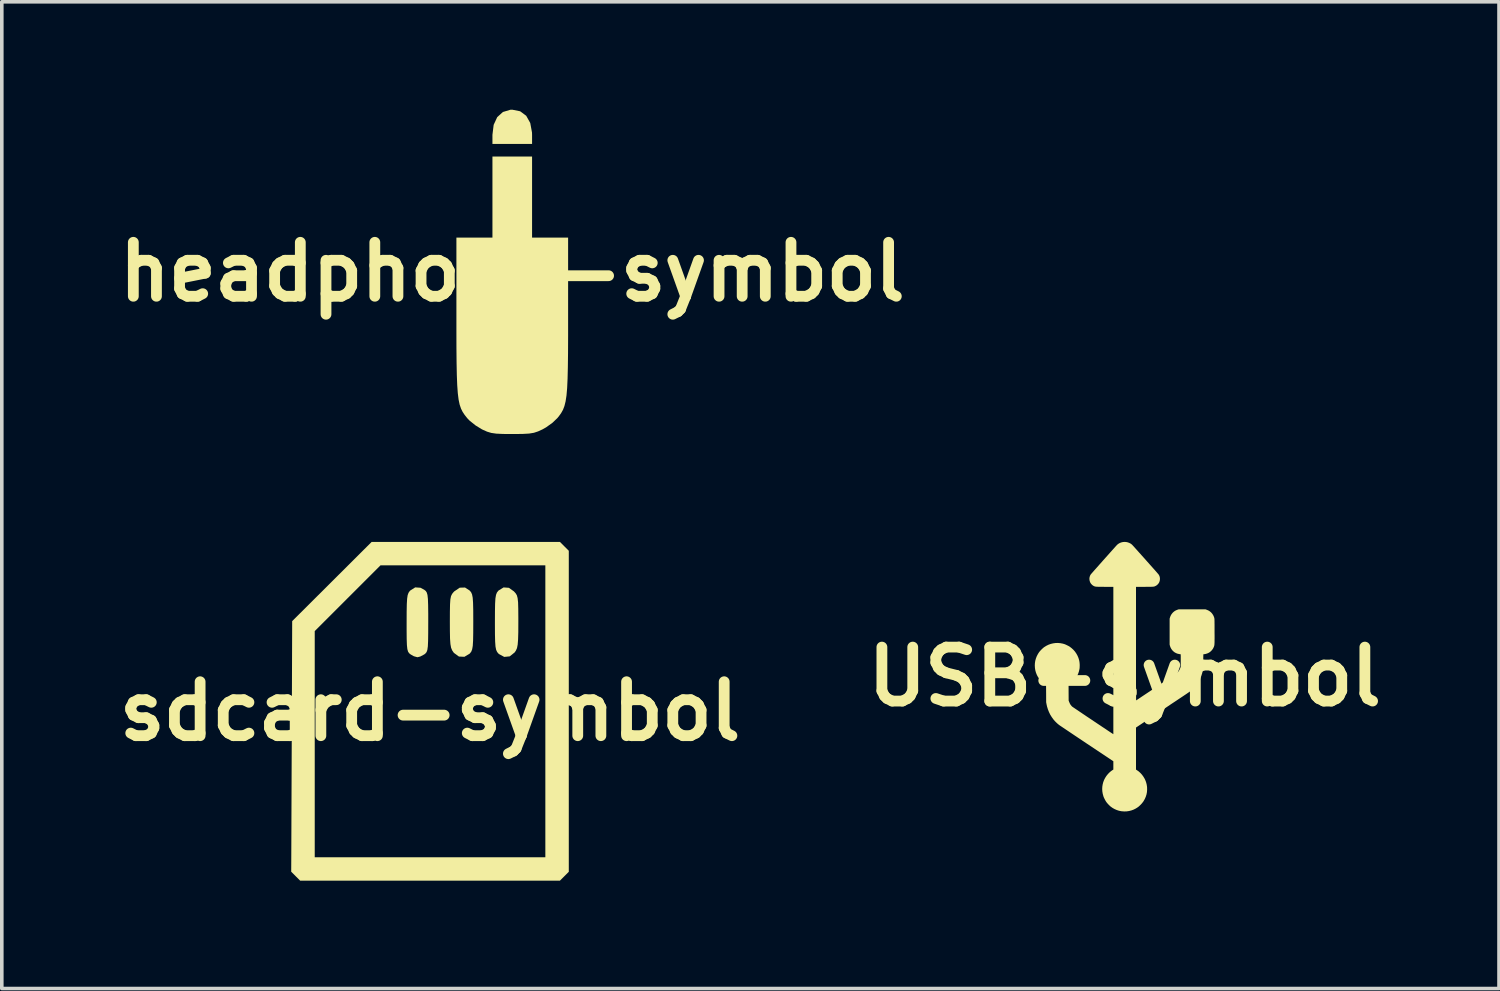
<source format=kicad_pcb>
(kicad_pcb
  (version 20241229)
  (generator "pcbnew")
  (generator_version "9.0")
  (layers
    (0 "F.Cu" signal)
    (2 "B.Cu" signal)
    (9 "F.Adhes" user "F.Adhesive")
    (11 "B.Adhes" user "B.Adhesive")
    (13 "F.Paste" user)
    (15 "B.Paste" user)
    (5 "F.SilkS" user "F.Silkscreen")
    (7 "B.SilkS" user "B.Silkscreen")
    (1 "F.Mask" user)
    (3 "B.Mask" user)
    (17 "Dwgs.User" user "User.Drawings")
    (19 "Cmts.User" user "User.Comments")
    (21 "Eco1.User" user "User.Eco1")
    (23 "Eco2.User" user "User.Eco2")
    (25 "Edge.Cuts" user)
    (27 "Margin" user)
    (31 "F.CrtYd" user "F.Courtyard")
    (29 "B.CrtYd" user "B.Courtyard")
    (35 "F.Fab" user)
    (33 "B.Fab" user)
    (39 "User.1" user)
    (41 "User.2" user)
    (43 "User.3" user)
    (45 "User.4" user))
  (footprint "USB-symbol"
    (layer "F.Cu")
    (at 28.221 15.764)
    (property "Reference" "USB-symbol" (at 0 0 0) (layer "F.SilkS") (effects (font (size 1.5 1.5) (thickness 0.3))))
    (attr board_only exclude_from_pos_files exclude_from_bom)
    (fp_poly (pts (xy 0.04 -3.744) (xy 0.083 -3.735) (xy 0.125 -3.72) (xy 0.165 -3.7) (xy 0.201 -3.673) (xy 0.203 -3.671) (xy 0.207 -3.667) (xy 0.216 -3.657) (xy 0.229 -3.643) (xy 0.246 -3.625) (xy 0.267 -3.602) (xy 0.29 -3.576) (xy 0.317 -3.546) (xy 0.346 -3.514) (xy 0.377 -3.479) (xy 0.41 -3.442) (xy 0.445 -3.404) (xy 0.48 -3.364) (xy 0.517 -3.323) (xy 0.554 -3.282) (xy 0.591 -3.24) (xy 0.628 -3.198) (xy 0.665 -3.157) (xy 0.7 -3.117) (xy 0.735 -3.078) (xy 0.768 -3.041) (xy 0.799 -3.006) (xy 0.828 -2.974) (xy 0.854 -2.944) (xy 0.878 -2.917) (xy 0.898 -2.894) (xy 0.915 -2.874) (xy 0.928 -2.859) (xy 0.937 -2.849) (xy 0.941 -2.844) (xy 0.96 -2.813) (xy 0.973 -2.779) (xy 0.98 -2.742) (xy 0.98 -2.705) (xy 0.975 -2.667) (xy 0.963 -2.63) (xy 0.954 -2.612) (xy 0.94 -2.59) (xy 0.922 -2.569) (xy 0.9 -2.548) (xy 0.878 -2.532) (xy 0.865 -2.525) (xy 0.856 -2.52) (xy 0.847 -2.516) (xy 0.839 -2.512) (xy 0.83 -2.509) (xy 0.821 -2.506) (xy 0.811 -2.504) (xy 0.799 -2.502) (xy 0.784 -2.501) (xy 0.766 -2.5) (xy 0.744 -2.499) (xy 0.718 -2.499) (xy 0.688 -2.498) (xy 0.651 -2.498) (xy 0.609 -2.498) (xy 0.56 -2.497) (xy 0.555 -2.497) (xy 0.315 -2.496) (xy 0.315 -0.916) (xy 0.315 -0.784) (xy 0.315 -0.659) (xy 0.315 -0.541) (xy 0.315 -0.429) (xy 0.315 -0.324) (xy 0.315 -0.226) (xy 0.315 -0.134) (xy 0.315 -0.048) (xy 0.315 0.032) (xy 0.315 0.107) (xy 0.315 0.175) (xy 0.315 0.239) (xy 0.316 0.297) (xy 0.316 0.35) (xy 0.316 0.398) (xy 0.316 0.442) (xy 0.316 0.481) (xy 0.316 0.515) (xy 0.317 0.546) (xy 0.317 0.572) (xy 0.317 0.595) (xy 0.317 0.614) (xy 0.318 0.629) (xy 0.318 0.641) (xy 0.318 0.65) (xy 0.319 0.656) (xy 0.319 0.66) (xy 0.319 0.66) (xy 0.323 0.658) (xy 0.332 0.652) (xy 0.347 0.642) (xy 0.367 0.629) (xy 0.392 0.612) (xy 0.421 0.593) (xy 0.455 0.57) (xy 0.492 0.545) (xy 0.533 0.518) (xy 0.578 0.488) (xy 0.626 0.456) (xy 0.676 0.423) (xy 0.729 0.388) (xy 0.784 0.351) (xy 0.841 0.313) (xy 0.884 0.284) (xy 0.953 0.238) (xy 1.017 0.196) (xy 1.075 0.157) (xy 1.128 0.122) (xy 1.175 0.09) (xy 1.218 0.061) (xy 1.257 0.035) (xy 1.291 0.012) (xy 1.321 -0.008) (xy 1.348 -0.026) (xy 1.371 -0.042) (xy 1.391 -0.056) (xy 1.408 -0.068) (xy 1.422 -0.078) (xy 1.434 -0.087) (xy 1.444 -0.094) (xy 1.453 -0.101) (xy 1.459 -0.106) (xy 1.465 -0.111) (xy 1.469 -0.115) (xy 1.472 -0.117) (xy 1.502 -0.153) (xy 1.527 -0.195) (xy 1.545 -0.238) (xy 1.558 -0.273) (xy 1.559 -0.447) (xy 1.559 -0.482) (xy 1.559 -0.515) (xy 1.559 -0.545) (xy 1.559 -0.571) (xy 1.558 -0.592) (xy 1.558 -0.608) (xy 1.557 -0.619) (xy 1.557 -0.622) (xy 1.557 -0.622) (xy 1.552 -0.623) (xy 1.542 -0.624) (xy 1.528 -0.626) (xy 1.519 -0.628) (xy 1.471 -0.638) (xy 1.427 -0.655) (xy 1.386 -0.678) (xy 1.35 -0.707) (xy 1.319 -0.74) (xy 1.292 -0.779) (xy 1.271 -0.821) (xy 1.258 -0.861) (xy 1.25 -0.891) (xy 1.25 -1.252) (xy 1.25 -1.612) (xy 1.258 -1.64) (xy 1.274 -1.685) (xy 1.295 -1.725) (xy 1.321 -1.76) (xy 1.34 -1.782) (xy 1.368 -1.807) (xy 1.397 -1.828) (xy 1.427 -1.844) (xy 1.462 -1.858) (xy 1.472 -1.862) (xy 1.503 -1.872) (xy 1.874 -1.872) (xy 2.246 -1.872) (xy 2.28 -1.86) (xy 2.326 -1.841) (xy 2.368 -1.815) (xy 2.404 -1.785) (xy 2.435 -1.749) (xy 2.461 -1.709) (xy 2.481 -1.665) (xy 2.49 -1.638) (xy 2.491 -1.633) (xy 2.492 -1.628) (xy 2.494 -1.623) (xy 2.494 -1.617) (xy 2.495 -1.61) (xy 2.496 -1.6) (xy 2.497 -1.589) (xy 2.497 -1.575) (xy 2.497 -1.558) (xy 2.498 -1.537) (xy 2.498 -1.512) (xy 2.498 -1.482) (xy 2.499 -1.447) (xy 2.499 -1.407) (xy 2.499 -1.36) (xy 2.499 -1.307) (xy 2.499 -1.268) (xy 2.499 -1.206) (xy 2.5 -1.152) (xy 2.5 -1.103) (xy 2.5 -1.061) (xy 2.499 -1.023) (xy 2.499 -0.991) (xy 2.499 -0.964) (xy 2.498 -0.94) (xy 2.497 -0.92) (xy 2.496 -0.903) (xy 2.495 -0.888) (xy 2.493 -0.875) (xy 2.491 -0.865) (xy 2.489 -0.855) (xy 2.486 -0.846) (xy 2.483 -0.837) (xy 2.479 -0.828) (xy 2.478 -0.825) (xy 2.461 -0.788) (xy 2.437 -0.752) (xy 2.409 -0.719) (xy 2.378 -0.691) (xy 2.358 -0.676) (xy 2.326 -0.658) (xy 2.29 -0.643) (xy 2.253 -0.632) (xy 2.231 -0.628) (xy 2.215 -0.625) (xy 2.202 -0.624) (xy 2.193 -0.623) (xy 2.19 -0.622) (xy 2.189 -0.62) (xy 2.188 -0.614) (xy 2.187 -0.603) (xy 2.187 -0.588) (xy 2.186 -0.567) (xy 2.186 -0.54) (xy 2.185 -0.507) (xy 2.185 -0.467) (xy 2.184 -0.424) (xy 2.184 -0.38) (xy 2.184 -0.343) (xy 2.183 -0.312) (xy 2.183 -0.285) (xy 2.182 -0.264) (xy 2.182 -0.246) (xy 2.181 -0.231) (xy 2.18 -0.219) (xy 2.179 -0.208) (xy 2.177 -0.199) (xy 2.176 -0.189) (xy 2.175 -0.183) (xy 2.155 -0.098) (xy 2.13 -0.017) (xy 2.099 0.06) (xy 2.061 0.133) (xy 2.018 0.202) (xy 1.969 0.266) (xy 1.914 0.326) (xy 1.854 0.382) (xy 1.792 0.43) (xy 1.785 0.434) (xy 1.773 0.442) (xy 1.755 0.454) (xy 1.732 0.47) (xy 1.704 0.489) (xy 1.672 0.51) (xy 1.635 0.535) (xy 1.593 0.563) (xy 1.548 0.593) (xy 1.5 0.625) (xy 1.448 0.66) (xy 1.394 0.696) (xy 1.336 0.734) (xy 1.276 0.774) (xy 1.214 0.816) (xy 1.151 0.858) (xy 1.085 0.902) (xy 1.035 0.935) (xy 0.315 1.415) (xy 0.315 1.999) (xy 0.315 2.584) (xy 0.334 2.596) (xy 0.387 2.633) (xy 0.436 2.677) (xy 0.48 2.725) (xy 0.519 2.778) (xy 0.553 2.835) (xy 0.564 2.856) (xy 0.585 2.906) (xy 0.601 2.955) (xy 0.613 3.005) (xy 0.621 3.059) (xy 0.623 3.082) (xy 0.624 3.148) (xy 0.619 3.213) (xy 0.606 3.278) (xy 0.586 3.341) (xy 0.559 3.402) (xy 0.525 3.462) (xy 0.517 3.474) (xy 0.497 3.5) (xy 0.474 3.529) (xy 0.447 3.558) (xy 0.419 3.585) (xy 0.392 3.61) (xy 0.366 3.63) (xy 0.366 3.63) (xy 0.308 3.667) (xy 0.248 3.697) (xy 0.185 3.72) (xy 0.121 3.736) (xy 0.055 3.746) (xy -0.012 3.748) (xy -0.08 3.743) (xy -0.097 3.741) (xy -0.16 3.728) (xy -0.221 3.708) (xy -0.28 3.682) (xy -0.336 3.651) (xy -0.388 3.614) (xy -0.393 3.61) (xy -0.414 3.591) (xy -0.438 3.568) (xy -0.462 3.543) (xy -0.484 3.518) (xy -0.503 3.495) (xy -0.51 3.485) (xy -0.525 3.462) (xy -0.541 3.435) (xy -0.557 3.404) (xy -0.572 3.374) (xy -0.585 3.345) (xy -0.592 3.323) (xy -0.61 3.258) (xy -0.621 3.192) (xy -0.625 3.126) (xy -0.622 3.061) (xy -0.612 2.997) (xy -0.596 2.934) (xy -0.573 2.873) (xy -0.543 2.815) (xy -0.507 2.759) (xy -0.465 2.707) (xy -0.438 2.678) (xy -0.41 2.653) (xy -0.381 2.628) (xy -0.351 2.607) (xy -0.334 2.595) (xy -0.315 2.584) (xy -0.315 2.468) (xy -0.315 2.352) (xy -1.057 1.858) (xy -1.124 1.813) (xy -1.19 1.769) (xy -1.254 1.726) (xy -1.317 1.684) (xy -1.377 1.644) (xy -1.435 1.605) (xy -1.49 1.568) (xy -1.542 1.533) (xy -1.591 1.5) (xy -1.636 1.47) (xy -1.677 1.442) (xy -1.715 1.417) (xy -1.747 1.395) (xy -1.776 1.376) (xy -1.799 1.36) (xy -1.817 1.348) (xy -1.829 1.339) (xy -1.835 1.334) (xy -1.835 1.334) (xy -1.869 1.306) (xy -1.904 1.273) (xy -1.939 1.238) (xy -1.97 1.203) (xy -1.98 1.19) (xy -2.028 1.124) (xy -2.07 1.056) (xy -2.105 0.984) (xy -2.135 0.908) (xy -2.159 0.829) (xy -2.173 0.765) (xy -2.183 0.712) (xy -2.184 0.471) (xy -2.186 0.231) (xy -2.207 0.217) (xy -2.257 0.182) (xy -2.304 0.14) (xy -2.347 0.095) (xy -2.386 0.046) (xy -2.419 -0.005) (xy -2.442 -0.05) (xy -2.467 -0.113) (xy -2.485 -0.178) (xy -2.495 -0.243) (xy -2.499 -0.309) (xy -2.496 -0.375) (xy -2.486 -0.44) (xy -2.469 -0.503) (xy -2.445 -0.566) (xy -2.414 -0.626) (xy -2.389 -0.666) (xy -2.371 -0.691) (xy -2.348 -0.718) (xy -2.322 -0.746) (xy -2.294 -0.773) (xy -2.267 -0.798) (xy -2.242 -0.818) (xy -2.233 -0.824) (xy -2.175 -0.86) (xy -2.115 -0.889) (xy -2.052 -0.911) (xy -1.988 -0.926) (xy -1.922 -0.935) (xy -1.856 -0.937) (xy -1.79 -0.931) (xy -1.725 -0.919) (xy -1.678 -0.906) (xy -1.658 -0.898) (xy -1.633 -0.888) (xy -1.607 -0.875) (xy -1.58 -0.862) (xy -1.555 -0.849) (xy -1.535 -0.837) (xy -1.528 -0.833) (xy -1.475 -0.792) (xy -1.426 -0.747) (xy -1.382 -0.697) (xy -1.344 -0.642) (xy -1.312 -0.584) (xy -1.286 -0.523) (xy -1.267 -0.46) (xy -1.259 -0.422) (xy -1.255 -0.393) (xy -1.252 -0.359) (xy -1.25 -0.324) (xy -1.251 -0.288) (xy -1.252 -0.254) (xy -1.255 -0.224) (xy -1.257 -0.212) (xy -1.272 -0.146) (xy -1.293 -0.082) (xy -1.321 -0.022) (xy -1.355 0.035) (xy -1.394 0.088) (xy -1.438 0.136) (xy -1.488 0.179) (xy -1.524 0.205) (xy -1.56 0.229) (xy -1.559 0.447) (xy -1.558 0.664) (xy -1.545 0.699) (xy -1.526 0.744) (xy -1.503 0.784) (xy -1.474 0.819) (xy -1.46 0.833) (xy -1.455 0.836) (xy -1.445 0.843) (xy -1.43 0.854) (xy -1.41 0.867) (xy -1.385 0.884) (xy -1.356 0.904) (xy -1.322 0.926) (xy -1.286 0.951) (xy -1.246 0.978) (xy -1.204 1.006) (xy -1.159 1.037) (xy -1.112 1.068) (xy -1.064 1.101) (xy -1.014 1.134) (xy -0.963 1.168) (xy -0.912 1.202) (xy -0.861 1.237) (xy -0.809 1.271) (xy -0.759 1.305) (xy -0.709 1.338) (xy -0.661 1.37) (xy -0.614 1.402) (xy -0.569 1.431) (xy -0.527 1.459) (xy -0.488 1.486) (xy -0.452 1.51) (xy -0.419 1.532) (xy -0.39 1.551) (xy -0.366 1.567) (xy -0.346 1.58) (xy -0.331 1.589) (xy -0.325 1.593) (xy -0.315 1.6) (xy -0.315 -0.448) (xy -0.315 -2.496) (xy -0.555 -2.497) (xy -0.605 -2.498) (xy -0.648 -2.498) (xy -0.685 -2.498) (xy -0.716 -2.499) (xy -0.742 -2.499) (xy -0.764 -2.5) (xy -0.783 -2.501) (xy -0.798 -2.502) (xy -0.81 -2.504) (xy -0.821 -2.506) (xy -0.83 -2.508) (xy -0.838 -2.511) (xy -0.846 -2.514) (xy -0.855 -2.518) (xy -0.864 -2.523) (xy -0.883 -2.534) (xy -0.903 -2.55) (xy -0.923 -2.57) (xy -0.94 -2.59) (xy -0.953 -2.609) (xy -0.954 -2.612) (xy -0.969 -2.648) (xy -0.978 -2.685) (xy -0.981 -2.723) (xy -0.977 -2.76) (xy -0.967 -2.796) (xy -0.952 -2.829) (xy -0.941 -2.844) (xy -0.937 -2.849) (xy -0.928 -2.86) (xy -0.915 -2.875) (xy -0.898 -2.894) (xy -0.878 -2.917) (xy -0.854 -2.944) (xy -0.828 -2.974) (xy -0.799 -3.006) (xy -0.768 -3.041) (xy -0.735 -3.078) (xy -0.701 -3.117) (xy -0.665 -3.157) (xy -0.629 -3.198) (xy -0.592 -3.24) (xy -0.555 -3.281) (xy -0.518 -3.323) (xy -0.482 -3.363) (xy -0.446 -3.403) (xy -0.412 -3.442) (xy -0.379 -3.478) (xy -0.348 -3.513) (xy -0.319 -3.545) (xy -0.293 -3.574) (xy -0.27 -3.6) (xy -0.25 -3.623) (xy -0.233 -3.641) (xy -0.22 -3.655) (xy -0.212 -3.664) (xy -0.208 -3.668) (xy -0.172 -3.696) (xy -0.133 -3.718) (xy -0.092 -3.733) (xy -0.049 -3.743) (xy -0.005 -3.746)) (stroke (width 0) (type solid)) (fill yes) (layer "F.SilkS")))
  (footprint "headphone-symbol"
    (layer "F.Cu")
    (at 11.193 4.509)
    (property "Reference" "headphone-symbol" (at 0 0 0) (layer "F.SilkS") (effects (font (size 1.5 1.5) (thickness 0.3))))
    (attr board_only exclude_from_pos_files exclude_from_bom)
    (fp_poly (pts (xy 0.219 -4.465) (xy 0.388 -4.34) (xy 0.5 -4.14) (xy 0.549 -3.875) (xy 0.551 -3.81) (xy 0.551 -3.557) (xy 0 -3.557) (xy -0.551 -3.557) (xy -0.551 -3.81) (xy -0.517 -4.088) (xy -0.418 -4.302) (xy -0.26 -4.445) (xy -0.052 -4.507) (xy 0 -4.509)) (stroke (width 0) (type solid)) (fill yes) (layer "F.SilkS"))
    (fp_poly (pts (xy 0.551 -2.079) (xy 0.551 -0.952) (xy 1.052 -0.952) (xy 1.553 -0.952) (xy 1.553 1.218) (xy 1.553 1.784) (xy 1.551 2.258) (xy 1.546 2.651) (xy 1.538 2.973) (xy 1.526 3.232) (xy 1.508 3.438) (xy 1.483 3.601) (xy 1.451 3.73) (xy 1.411 3.835) (xy 1.361 3.924) (xy 1.301 4.008) (xy 1.254 4.066) (xy 1.118 4.196) (xy 0.941 4.323) (xy 0.842 4.379) (xy 0.718 4.436) (xy 0.603 4.474) (xy 0.47 4.496) (xy 0.293 4.506) (xy 0.047 4.509) (xy 0 4.509) (xy -0.26 4.507) (xy -0.446 4.498) (xy -0.584 4.478) (xy -0.7 4.443) (xy -0.821 4.389) (xy -0.842 4.379) (xy -1.02 4.27) (xy -1.186 4.137) (xy -1.254 4.066) (xy -1.322 3.98) (xy -1.379 3.895) (xy -1.425 3.802) (xy -1.463 3.69) (xy -1.492 3.551) (xy -1.514 3.375) (xy -1.53 3.152) (xy -1.541 2.873) (xy -1.548 2.529) (xy -1.552 2.11) (xy -1.553 1.607) (xy -1.553 1.218) (xy -1.553 -0.952) (xy -1.052 -0.952) (xy -0.551 -0.952) (xy -0.551 -2.079) (xy -0.551 -3.206) (xy 0 -3.206) (xy 0.551 -3.206)) (stroke (width 0) (type solid)) (fill yes) (layer "F.SilkS")))
  (footprint "sdcard-symbol"
    (layer "F.Cu")
    (at 8.907 16.727)
    (property "Reference" "sdcard-symbol" (at 0 0 0) (layer "F.SilkS") (effects (font (size 1.5 1.5) (thickness 0.3))))
    (attr board_only exclude_from_pos_files exclude_from_bom)
    (fp_poly (pts (xy 3.735 -4.586) (xy 3.858 -4.463) (xy 3.858 0) (xy 3.858 4.463) (xy 3.735 4.586) (xy 3.612 4.709) (xy 0 4.709) (xy -3.612 4.709) (xy -3.736 4.585) (xy -3.86 4.461) (xy -3.858 4.058) (xy -3.206 4.058) (xy 0 4.058) (xy 3.206 4.058) (xy 3.206 0) (xy 3.206 -4.058) (xy 0.915 -4.058) (xy -1.377 -4.058) (xy -2.292 -3.144) (xy -3.206 -2.23) (xy -3.206 0.914) (xy -3.206 4.058) (xy -3.858 4.058) (xy -3.846 0.977) (xy -3.833 -2.507) (xy -2.728 -3.608) (xy -1.624 -4.709) (xy 0.994 -4.709) (xy 3.612 -4.709)) (stroke (width 0) (type solid)) (fill yes) (layer "F.SilkS"))
    (fp_poly (pts (xy 1.102 -3.357) (xy 1.141 -3.311) (xy 1.168 -3.25) (xy 1.186 -3.159) (xy 1.196 -3.021) (xy 1.201 -2.818) (xy 1.202 -2.535) (xy 1.202 -2.48) (xy 1.201 -2.182) (xy 1.197 -1.967) (xy 1.188 -1.819) (xy 1.171 -1.722) (xy 1.146 -1.658) (xy 1.109 -1.61) (xy 1.102 -1.603) (xy 0.956 -1.515) (xy 0.803 -1.522) (xy 0.665 -1.623) (xy 0.655 -1.635) (xy 0.614 -1.696) (xy 0.585 -1.768) (xy 0.567 -1.869) (xy 0.556 -2.019) (xy 0.552 -2.234) (xy 0.551 -2.489) (xy 0.552 -2.772) (xy 0.556 -2.973) (xy 0.565 -3.11) (xy 0.583 -3.201) (xy 0.613 -3.263) (xy 0.655 -3.315) (xy 0.674 -3.334) (xy 0.826 -3.437) (xy 0.973 -3.441)) (stroke (width 0) (type solid)) (fill yes) (layer "F.SilkS"))
    (fp_poly (pts (xy 2.193 -3.433) (xy 2.332 -3.334) (xy 2.38 -3.281) (xy 2.414 -3.225) (xy 2.435 -3.147) (xy 2.448 -3.028) (xy 2.453 -2.851) (xy 2.455 -2.599) (xy 2.455 -2.489) (xy 2.454 -2.201) (xy 2.448 -1.996) (xy 2.437 -1.854) (xy 2.418 -1.757) (xy 2.387 -1.687) (xy 2.351 -1.635) (xy 2.215 -1.527) (xy 2.063 -1.512) (xy 1.915 -1.592) (xy 1.904 -1.603) (xy 1.865 -1.649) (xy 1.838 -1.709) (xy 1.82 -1.8) (xy 1.81 -1.939) (xy 1.805 -2.141) (xy 1.804 -2.425) (xy 1.804 -2.48) (xy 1.805 -2.778) (xy 1.809 -2.993) (xy 1.818 -3.14) (xy 1.835 -3.238) (xy 1.86 -3.302) (xy 1.897 -3.349) (xy 1.904 -3.357) (xy 2.045 -3.444)) (stroke (width 0) (type solid)) (fill yes) (layer "F.SilkS"))
    (fp_poly (pts (xy -0.265 -3.435) (xy -0.161 -3.379) (xy -0.12 -3.346) (xy -0.091 -3.302) (xy -0.071 -3.233) (xy -0.059 -3.123) (xy -0.053 -2.955) (xy -0.05 -2.715) (xy -0.05 -2.48) (xy -0.051 -2.175) (xy -0.054 -1.955) (xy -0.061 -1.804) (xy -0.075 -1.705) (xy -0.097 -1.645) (xy -0.13 -1.605) (xy -0.161 -1.581) (xy -0.273 -1.522) (xy -0.351 -1.503) (xy -0.449 -1.53) (xy -0.54 -1.581) (xy -0.582 -1.615) (xy -0.611 -1.659) (xy -0.631 -1.729) (xy -0.643 -1.841) (xy -0.649 -2.012) (xy -0.651 -2.256) (xy -0.651 -2.458) (xy -0.65 -2.76) (xy -0.646 -2.979) (xy -0.637 -3.131) (xy -0.622 -3.231) (xy -0.597 -3.297) (xy -0.563 -3.345) (xy -0.551 -3.357) (xy -0.413 -3.445)) (stroke (width 0) (type solid)) (fill yes) (layer "F.SilkS")))
  (gr_rect
    (start -3 -3)
    (end 38.629 24.436)
    (stroke (width 0.1) (type default))
    (fill no)
    (layer "Edge.Cuts")))
</source>
